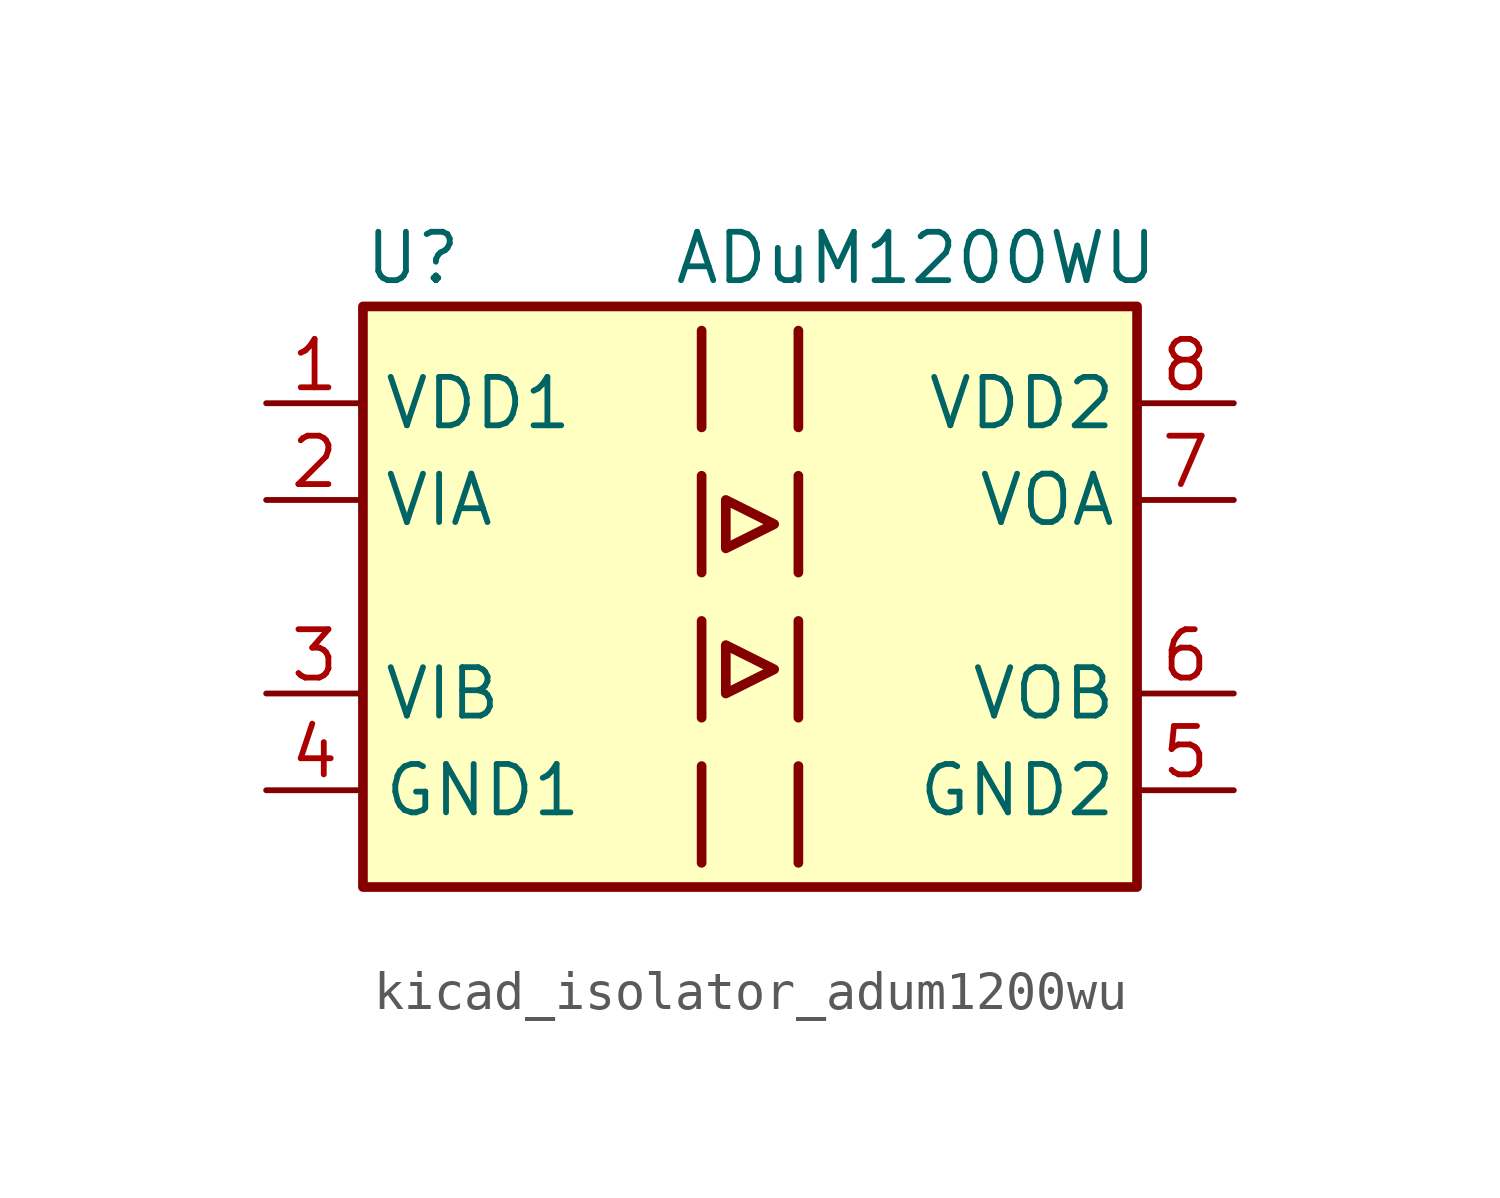
<source format=kicad_sym>
(kicad_symbol_lib
  (version 20220914)
  (generator kicad_symbol_editor)
  (symbol "kicad_isolator_adum1200wu"
    (property "Reference" "U"
      (at -10.16 8.89 0)
      (effects (font (size 1.27 1.27)) (justify left)))
    (property "Value" "ADuM1200WU"
      (at -2.032 8.89 0)
      (effects (font (size 1.27 1.27)) (justify left)))
    (symbol "kicad_isolator_adum1200wu_0_1"
      (rectangle (start -10.16 7.62) (end 10.16 -7.62) (stroke (width 0.254) (type default)) (fill (type background)))
      (polyline (pts (xy -1.27 -4.445) (xy -1.27 -6.985)) (stroke (width 0.254) (type default)) (fill (type none)))
      (polyline (pts (xy -1.27 -0.635) (xy -1.27 -3.175)) (stroke (width 0.254) (type default)) (fill (type none)))
      (polyline (pts (xy -1.27 3.175) (xy -1.27 0.635)) (stroke (width 0.254) (type default)) (fill (type none)))
      (polyline (pts (xy -1.27 6.985) (xy -1.27 4.445)) (stroke (width 0.254) (type default)) (fill (type none)))
      (polyline (pts (xy 1.27 -4.445) (xy 1.27 -6.985)) (stroke (width 0.254) (type default)) (fill (type none)))
      (polyline (pts (xy 1.27 -0.635) (xy 1.27 -3.175)) (stroke (width 0.254) (type default)) (fill (type none)))
      (polyline (pts (xy 1.27 3.175) (xy 1.27 0.635)) (stroke (width 0.254) (type default)) (fill (type none)))
      (polyline (pts (xy 1.27 6.985) (xy 1.27 4.445)) (stroke (width 0.254) (type default)) (fill (type none)))
      (polyline (pts (xy -0.635 -1.27) (xy -0.635 -2.54) (xy 0.635 -1.905) (xy -0.635 -1.27)) (stroke (width 0.254) (type default)) (fill (type none)))
      (polyline (pts (xy -0.635 1.27) (xy 0.635 1.905) (xy -0.635 2.54) (xy -0.635 1.27)) (stroke (width 0.254) (type default)) (fill (type none))))
    (symbol "kicad_isolator_adum1200wu_1_1"
      (pin power_in line (at -12.7 5.08 0) (length 2.54) (name "VDD1" (effects (font (size 1.27 1.27)))) (number "1" (effects (font (size 1.27 1.27)))))
      (pin input line (at -12.7 2.54 0) (length 2.54) (name "VIA" (effects (font (size 1.27 1.27)))) (number "2" (effects (font (size 1.27 1.27)))))
      (pin input line (at -12.7 -2.54 0) (length 2.54) (name "VIB" (effects (font (size 1.27 1.27)))) (number "3" (effects (font (size 1.27 1.27)))))
      (pin power_in line (at -12.7 -5.08 0) (length 2.54) (name "GND1" (effects (font (size 1.27 1.27)))) (number "4" (effects (font (size 1.27 1.27)))))
      (pin power_in line (at 12.7 -5.08 180) (length 2.54) (name "GND2" (effects (font (size 1.27 1.27)))) (number "5" (effects (font (size 1.27 1.27)))))
      (pin output line (at 12.7 -2.54 180) (length 2.54) (name "VOB" (effects (font (size 1.27 1.27)))) (number "6" (effects (font (size 1.27 1.27)))))
      (pin output line (at 12.7 2.54 180) (length 2.54) (name "VOA" (effects (font (size 1.27 1.27)))) (number "7" (effects (font (size 1.27 1.27)))))
      (pin power_in line (at 12.7 5.08 180) (length 2.54) (name "VDD2" (effects (font (size 1.27 1.27)))) (number "8" (effects (font (size 1.27 1.27))))))))
</source>
